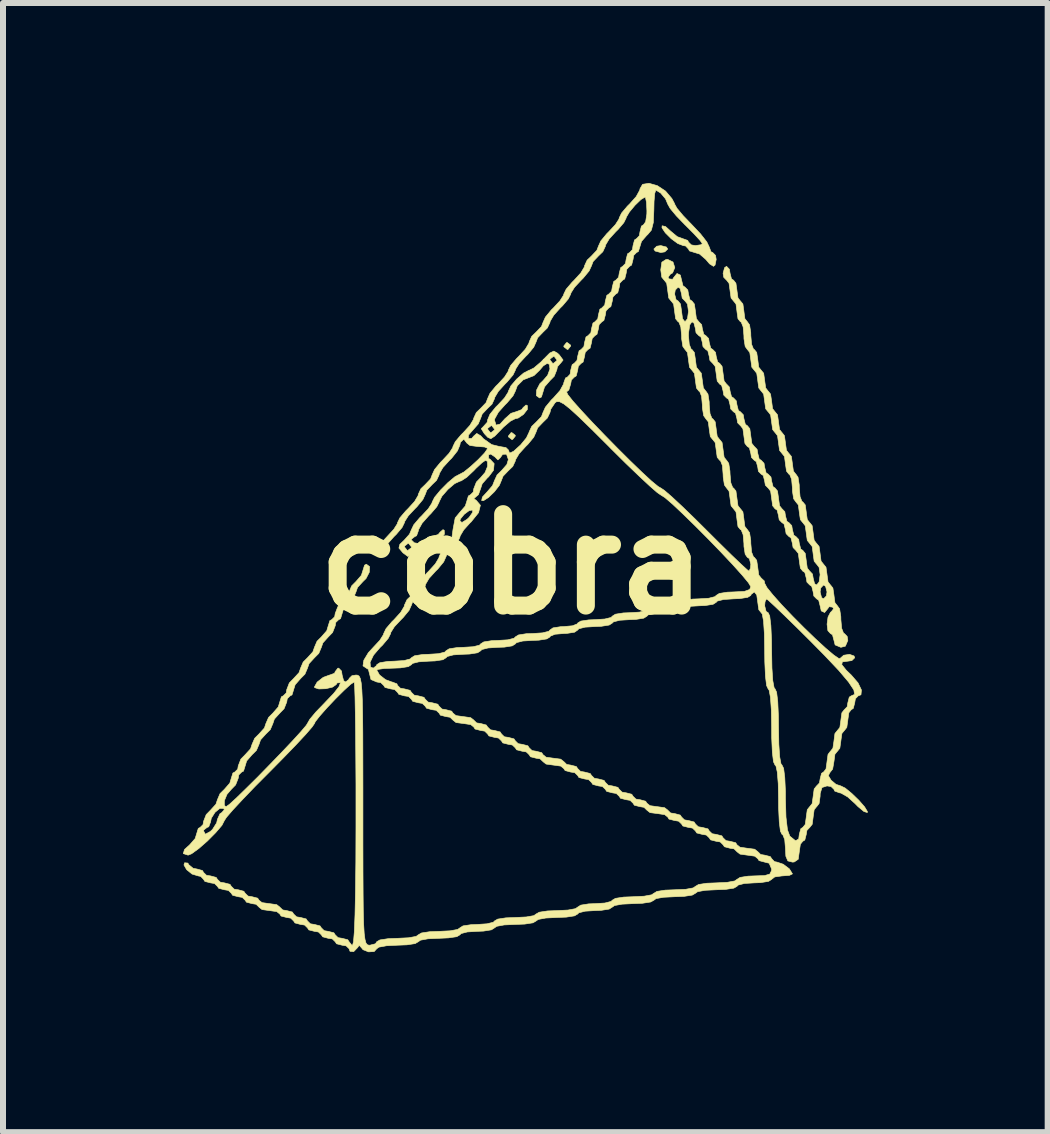
<source format=kicad_pcb>
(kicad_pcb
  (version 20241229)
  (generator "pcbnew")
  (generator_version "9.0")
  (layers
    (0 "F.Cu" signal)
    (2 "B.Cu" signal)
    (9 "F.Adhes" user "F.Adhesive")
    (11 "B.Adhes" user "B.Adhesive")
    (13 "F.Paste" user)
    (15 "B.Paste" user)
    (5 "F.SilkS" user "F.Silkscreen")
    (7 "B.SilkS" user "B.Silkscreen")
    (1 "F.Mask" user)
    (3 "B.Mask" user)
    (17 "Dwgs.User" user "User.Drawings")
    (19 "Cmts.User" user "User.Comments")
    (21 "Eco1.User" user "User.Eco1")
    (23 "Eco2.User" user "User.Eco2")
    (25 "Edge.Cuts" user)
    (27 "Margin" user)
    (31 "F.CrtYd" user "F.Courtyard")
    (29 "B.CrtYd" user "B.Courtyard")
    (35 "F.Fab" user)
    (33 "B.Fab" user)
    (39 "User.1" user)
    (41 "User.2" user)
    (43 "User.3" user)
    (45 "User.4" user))
  (footprint "cobra"
    (layer "F.Cu")
    (at 5.481 6.354)
    (property "Reference" "cobra" (at 0 0 0) (layer "F.SilkS") (effects (font (size 1.524 1.524) (thickness 0.3))))
    (attr through_hole)
    (fp_poly (pts (xy 0.056 -2.15) (xy 0.058 -2.136) (xy 0.014 -2.08) (xy 0 -2.078) (xy -0.056 -2.122) (xy -0.058 -2.136) (xy -0.014 -2.192) (xy 0 -2.194) (xy 0.056 -2.15)) (stroke (width 0.01) (type solid)) (fill yes) (layer "F.SilkS"))
    (fp_poly (pts (xy 0.98 -3.651) (xy 0.981 -3.637) (xy 0.937 -3.581) (xy 0.924 -3.579) (xy 0.868 -3.623) (xy 0.866 -3.637) (xy 0.91 -3.693) (xy 0.924 -3.695) (xy 0.98 -3.651)) (stroke (width 0.01) (type solid)) (fill yes) (layer "F.SilkS"))
    (fp_poly (pts (xy 2.576 -5.287) (xy 2.598 -5.253) (xy 2.549 -5.206) (xy 2.482 -5.195) (xy 2.388 -5.22) (xy 2.367 -5.253) (xy 2.415 -5.3) (xy 2.482 -5.311) (xy 2.576 -5.287)) (stroke (width 0.01) (type solid)) (fill yes) (layer "F.SilkS"))
    (fp_poly (pts (xy 0.762 -3.517) (xy 0.792 -3.488) (xy 0.854 -3.403) (xy 0.822 -3.362) (xy 0.76 -3.292) (xy 0.75 -3.241) (xy 0.707 -3.133) (xy 0.635 -3.06) (xy 0.545 -2.956) (xy 0.52 -2.874) (xy 0.493 -2.787) (xy 0.462 -2.771) (xy 0.408 -2.811) (xy 0.413 -2.904) (xy 0.467 -3.009) (xy 0.52 -3.06) (xy 0.596 -3.148) (xy 0.635 -3.253) (xy 0.625 -3.331) (xy 0.59 -3.348) (xy 0.525 -3.307) (xy 0.462 -3.233) (xy 0.368 -3.143) (xy 0.301 -3.117) (xy 0.189 -3.073) (xy 0.091 -2.974) (xy 0.058 -2.885) (xy 0.019 -2.806) (xy -0.079 -2.691) (xy -0.115 -2.655) (xy -0.225 -2.532) (xy -0.285 -2.423) (xy -0.289 -2.401) (xy -0.263 -2.319) (xy -0.195 -2.336) (xy -0.115 -2.425) (xy -0.014 -2.515) (xy 0.066 -2.54) (xy 0.164 -2.577) (xy 0.189 -2.612) (xy 0.237 -2.654) (xy 0.259 -2.644) (xy 0.259 -2.58) (xy 0.195 -2.498) (xy 0.105 -2.436) (xy 0.056 -2.425) (xy -0.023 -2.385) (xy -0.137 -2.288) (xy -0.173 -2.251) (xy -0.285 -2.135) (xy -0.35 -2.092) (xy -0.401 -2.115) (xy -0.459 -2.177) (xy -0.505 -2.251) (xy -0.404 -2.251) (xy -0.36 -2.195) (xy -0.346 -2.194) (xy -0.29 -2.238) (xy -0.289 -2.251) (xy -0.333 -2.307) (xy -0.346 -2.309) (xy -0.402 -2.265) (xy -0.404 -2.251) (xy -0.505 -2.251) (xy -0.509 -2.259) (xy -0.474 -2.295) (xy -0.411 -2.365) (xy -0.404 -2.406) (xy -0.365 -2.499) (xy -0.266 -2.621) (xy -0.231 -2.655) (xy -0.122 -2.772) (xy -0.062 -2.866) (xy -0.058 -2.883) (xy -0.016 -2.972) (xy 0.081 -3.086) (xy 0.196 -3.186) (xy 0.287 -3.233) (xy 0.292 -3.233) (xy 0.369 -3.272) (xy 0.484 -3.37) (xy 0.519 -3.406) (xy 0.635 -3.406) (xy 0.679 -3.35) (xy 0.693 -3.348) (xy 0.749 -3.392) (xy 0.75 -3.406) (xy 0.707 -3.462) (xy 0.693 -3.464) (xy 0.637 -3.42) (xy 0.635 -3.406) (xy 0.519 -3.406) (xy 0.524 -3.411) (xy 0.632 -3.52) (xy 0.7 -3.552) (xy 0.762 -3.517)) (stroke (width 0.01) (type solid)) (fill yes) (layer "F.SilkS"))
    (fp_poly (pts (xy 2.424 -6.31) (xy 2.559 -6.221) (xy 2.571 -6.208) (xy 2.667 -6.095) (xy 2.713 -6.009) (xy 2.713 -6.003) (xy 2.752 -5.933) (xy 2.854 -5.811) (xy 2.997 -5.662) (xy 3.002 -5.657) (xy 3.146 -5.504) (xy 3.25 -5.371) (xy 3.29 -5.287) (xy 3.29 -5.286) (xy 3.32 -5.207) (xy 3.348 -5.195) (xy 3.395 -5.147) (xy 3.406 -5.08) (xy 3.387 -4.986) (xy 3.361 -4.965) (xy 3.296 -5.006) (xy 3.233 -5.08) (xy 3.129 -5.17) (xy 3.047 -5.195) (xy 2.96 -5.222) (xy 2.944 -5.253) (xy 2.897 -5.304) (xy 2.855 -5.311) (xy 2.766 -5.345) (xy 2.656 -5.426) (xy 2.558 -5.524) (xy 2.502 -5.608) (xy 2.505 -5.641) (xy 2.562 -5.628) (xy 2.647 -5.551) (xy 2.758 -5.459) (xy 2.85 -5.426) (xy 2.931 -5.397) (xy 2.944 -5.369) (xy 2.992 -5.322) (xy 3.06 -5.311) (xy 3.153 -5.325) (xy 3.175 -5.344) (xy 3.137 -5.397) (xy 3.036 -5.507) (xy 2.894 -5.65) (xy 2.886 -5.657) (xy 2.742 -5.806) (xy 2.639 -5.93) (xy 2.598 -6.003) (xy 2.598 -6.004) (xy 2.561 -6.091) (xy 2.481 -6.186) (xy 2.404 -6.234) (xy 2.4 -6.235) (xy 2.382 -6.182) (xy 2.37 -6.047) (xy 2.367 -5.901) (xy 2.358 -5.695) (xy 2.326 -5.569) (xy 2.261 -5.491) (xy 2.251 -5.484) (xy 2.161 -5.38) (xy 2.136 -5.298) (xy 2.109 -5.212) (xy 2.078 -5.195) (xy 2.031 -5.147) (xy 2.02 -5.08) (xy 1.996 -4.986) (xy 1.963 -4.965) (xy 1.916 -4.916) (xy 1.905 -4.849) (xy 1.881 -4.755) (xy 1.847 -4.734) (xy 1.8 -4.685) (xy 1.79 -4.618) (xy 1.765 -4.524) (xy 1.732 -4.503) (xy 1.685 -4.454) (xy 1.674 -4.387) (xy 1.65 -4.293) (xy 1.616 -4.272) (xy 1.569 -4.223) (xy 1.559 -4.156) (xy 1.534 -4.063) (xy 1.501 -4.041) (xy 1.454 -3.993) (xy 1.443 -3.925) (xy 1.419 -3.832) (xy 1.385 -3.81) (xy 1.339 -3.762) (xy 1.328 -3.695) (xy 1.304 -3.601) (xy 1.27 -3.579) (xy 1.223 -3.531) (xy 1.212 -3.464) (xy 1.188 -3.37) (xy 1.155 -3.348) (xy 1.108 -3.3) (xy 1.097 -3.233) (xy 1.073 -3.139) (xy 1.039 -3.117) (xy 0.992 -3.069) (xy 0.981 -3.007) (xy 0.95 -2.904) (xy 0.912 -2.873) (xy 0.931 -2.829) (xy 1.018 -2.719) (xy 1.16 -2.56) (xy 1.341 -2.365) (xy 1.547 -2.151) (xy 1.763 -1.931) (xy 1.975 -1.72) (xy 2.168 -1.534) (xy 2.327 -1.387) (xy 2.439 -1.295) (xy 2.483 -1.27) (xy 2.542 -1.231) (xy 2.667 -1.123) (xy 2.843 -0.959) (xy 3.056 -0.753) (xy 3.233 -0.577) (xy 3.462 -0.349) (xy 3.662 -0.152) (xy 3.82 -0.001) (xy 3.922 0.092) (xy 3.953 0.115) (xy 3.977 0.067) (xy 3.983 0) (xy 3.959 -0.094) (xy 3.925 -0.115) (xy 3.889 -0.167) (xy 3.869 -0.295) (xy 3.868 -0.346) (xy 3.855 -0.491) (xy 3.823 -0.571) (xy 3.81 -0.577) (xy 3.769 -0.627) (xy 3.752 -0.748) (xy 3.752 -0.75) (xy 3.736 -0.872) (xy 3.695 -0.924) (xy 3.695 -0.924) (xy 3.654 -0.974) (xy 3.637 -1.095) (xy 3.637 -1.097) (xy 3.62 -1.218) (xy 3.58 -1.27) (xy 3.579 -1.27) (xy 3.543 -1.321) (xy 3.523 -1.449) (xy 3.521 -1.501) (xy 3.509 -1.646) (xy 3.477 -1.726) (xy 3.464 -1.732) (xy 3.423 -1.782) (xy 3.406 -1.903) (xy 3.406 -1.905) (xy 3.389 -2.027) (xy 3.349 -2.078) (xy 3.348 -2.078) (xy 3.308 -2.128) (xy 3.29 -2.249) (xy 3.29 -2.251) (xy 3.274 -2.373) (xy 3.233 -2.425) (xy 3.233 -2.425) (xy 3.197 -2.476) (xy 3.176 -2.604) (xy 3.175 -2.655) (xy 3.162 -2.8) (xy 3.13 -2.88) (xy 3.117 -2.886) (xy 3.077 -2.937) (xy 3.06 -3.057) (xy 3.06 -3.06) (xy 3.043 -3.181) (xy 3.003 -3.233) (xy 3.002 -3.233) (xy 2.961 -3.283) (xy 2.944 -3.404) (xy 2.944 -3.406) (xy 2.927 -3.528) (xy 2.887 -3.579) (xy 2.886 -3.579) (xy 2.85 -3.63) (xy 2.83 -3.758) (xy 2.829 -3.81) (xy 2.816 -3.955) (xy 2.784 -4.035) (xy 2.771 -4.041) (xy 2.73 -4.091) (xy 2.713 -4.212) (xy 2.713 -4.214) (xy 2.696 -4.336) (xy 2.656 -4.387) (xy 2.655 -4.387) (xy 2.615 -4.437) (xy 2.606 -4.503) (xy 2.713 -4.503) (xy 2.737 -4.409) (xy 2.771 -4.387) (xy 2.811 -4.337) (xy 2.829 -4.216) (xy 2.829 -4.214) (xy 2.845 -4.092) (xy 2.886 -4.041) (xy 2.886 -4.041) (xy 2.927 -4.091) (xy 2.944 -4.212) (xy 2.944 -4.214) (xy 2.927 -4.336) (xy 2.887 -4.387) (xy 2.886 -4.387) (xy 2.839 -4.436) (xy 2.829 -4.503) (xy 2.804 -4.597) (xy 2.771 -4.618) (xy 2.724 -4.57) (xy 2.713 -4.503) (xy 2.606 -4.503) (xy 2.598 -4.558) (xy 2.598 -4.56) (xy 2.581 -4.682) (xy 2.541 -4.734) (xy 2.54 -4.734) (xy 2.499 -4.784) (xy 2.482 -4.905) (xy 2.482 -4.907) (xy 2.5 -5.034) (xy 2.568 -5.078) (xy 2.598 -5.08) (xy 2.686 -5.037) (xy 2.716 -4.944) (xy 2.679 -4.855) (xy 2.641 -4.833) (xy 2.604 -4.782) (xy 2.62 -4.756) (xy 2.68 -4.749) (xy 2.697 -4.777) (xy 2.753 -4.846) (xy 2.809 -4.819) (xy 2.829 -4.734) (xy 2.853 -4.64) (xy 2.886 -4.618) (xy 2.933 -4.57) (xy 2.944 -4.503) (xy 2.968 -4.409) (xy 3.002 -4.387) (xy 3.042 -4.337) (xy 3.06 -4.216) (xy 3.06 -4.214) (xy 3.076 -4.092) (xy 3.117 -4.041) (xy 3.117 -4.041) (xy 3.164 -3.993) (xy 3.175 -3.925) (xy 3.199 -3.832) (xy 3.233 -3.81) (xy 3.28 -3.762) (xy 3.29 -3.695) (xy 3.315 -3.601) (xy 3.348 -3.579) (xy 3.395 -3.531) (xy 3.406 -3.464) (xy 3.43 -3.37) (xy 3.464 -3.348) (xy 3.504 -3.298) (xy 3.521 -3.177) (xy 3.521 -3.175) (xy 3.538 -3.053) (xy 3.578 -3.002) (xy 3.579 -3.002) (xy 3.626 -2.953) (xy 3.637 -2.886) (xy 3.661 -2.793) (xy 3.695 -2.771) (xy 3.741 -2.723) (xy 3.752 -2.655) (xy 3.776 -2.562) (xy 3.81 -2.54) (xy 3.857 -2.492) (xy 3.868 -2.425) (xy 3.892 -2.331) (xy 3.925 -2.309) (xy 3.966 -2.259) (xy 3.983 -2.138) (xy 3.983 -2.136) (xy 4 -2.014) (xy 4.04 -1.963) (xy 4.041 -1.963) (xy 4.088 -1.914) (xy 4.099 -1.847) (xy 4.123 -1.753) (xy 4.156 -1.732) (xy 4.203 -1.683) (xy 4.214 -1.616) (xy 4.238 -1.523) (xy 4.272 -1.501) (xy 4.319 -1.453) (xy 4.33 -1.385) (xy 4.354 -1.292) (xy 4.387 -1.27) (xy 4.428 -1.22) (xy 4.445 -1.099) (xy 4.445 -1.097) (xy 4.462 -0.975) (xy 4.502 -0.924) (xy 4.503 -0.924) (xy 4.55 -0.875) (xy 4.56 -0.808) (xy 4.585 -0.714) (xy 4.618 -0.693) (xy 4.665 -0.644) (xy 4.676 -0.577) (xy 4.7 -0.483) (xy 4.734 -0.462) (xy 4.781 -0.413) (xy 4.791 -0.346) (xy 4.816 -0.253) (xy 4.849 -0.231) (xy 4.89 -0.181) (xy 4.907 -0.06) (xy 4.907 -0.058) (xy 4.924 0.064) (xy 4.964 0.115) (xy 4.965 0.115) (xy 5.011 0.164) (xy 5.022 0.231) (xy 5.046 0.325) (xy 5.08 0.346) (xy 5.121 0.296) (xy 5.138 0.175) (xy 5.138 0.173) (xy 5.121 0.052) (xy 5.081 0.000013) (xy 5.08 0) (xy 5.039 -0.05) (xy 5.022 -0.171) (xy 5.022 -0.173) (xy 5.006 -0.295) (xy 4.965 -0.346) (xy 4.965 -0.346) (xy 4.924 -0.397) (xy 4.907 -0.517) (xy 4.907 -0.52) (xy 4.89 -0.641) (xy 4.85 -0.693) (xy 4.849 -0.693) (xy 4.809 -0.743) (xy 4.791 -0.864) (xy 4.791 -0.866) (xy 4.775 -0.988) (xy 4.734 -1.039) (xy 4.734 -1.039) (xy 4.697 -1.09) (xy 4.677 -1.218) (xy 4.676 -1.27) (xy 4.663 -1.415) (xy 4.631 -1.495) (xy 4.618 -1.501) (xy 4.578 -1.551) (xy 4.56 -1.672) (xy 4.56 -1.674) (xy 4.544 -1.796) (xy 4.503 -1.847) (xy 4.503 -1.847) (xy 4.462 -1.897) (xy 4.445 -2.018) (xy 4.445 -2.02) (xy 4.428 -2.142) (xy 4.388 -2.194) (xy 4.387 -2.194) (xy 4.347 -2.244) (xy 4.33 -2.365) (xy 4.33 -2.367) (xy 4.313 -2.488) (xy 4.273 -2.54) (xy 4.272 -2.54) (xy 4.231 -2.59) (xy 4.214 -2.711) (xy 4.214 -2.713) (xy 4.197 -2.835) (xy 4.157 -2.886) (xy 4.156 -2.886) (xy 4.116 -2.937) (xy 4.099 -3.057) (xy 4.099 -3.06) (xy 4.082 -3.181) (xy 4.042 -3.233) (xy 4.041 -3.233) (xy 4 -3.283) (xy 3.983 -3.404) (xy 3.983 -3.406) (xy 3.966 -3.528) (xy 3.926 -3.579) (xy 3.925 -3.579) (xy 3.889 -3.63) (xy 3.869 -3.758) (xy 3.868 -3.81) (xy 3.855 -3.955) (xy 3.823 -4.035) (xy 3.81 -4.041) (xy 3.769 -4.091) (xy 3.752 -4.212) (xy 3.752 -4.214) (xy 3.736 -4.336) (xy 3.695 -4.387) (xy 3.695 -4.387) (xy 3.654 -4.437) (xy 3.637 -4.558) (xy 3.637 -4.56) (xy 3.62 -4.682) (xy 3.58 -4.734) (xy 3.579 -4.734) (xy 3.532 -4.782) (xy 3.521 -4.849) (xy 3.546 -4.943) (xy 3.579 -4.965) (xy 3.626 -4.916) (xy 3.637 -4.849) (xy 3.661 -4.755) (xy 3.695 -4.734) (xy 3.735 -4.683) (xy 3.752 -4.563) (xy 3.752 -4.56) (xy 3.769 -4.439) (xy 3.809 -4.387) (xy 3.81 -4.387) (xy 3.851 -4.337) (xy 3.868 -4.216) (xy 3.868 -4.214) (xy 3.884 -4.092) (xy 3.925 -4.041) (xy 3.925 -4.041) (xy 3.962 -3.99) (xy 3.982 -3.862) (xy 3.983 -3.81) (xy 3.996 -3.665) (xy 4.028 -3.585) (xy 4.041 -3.579) (xy 4.081 -3.529) (xy 4.099 -3.408) (xy 4.099 -3.406) (xy 4.115 -3.284) (xy 4.156 -3.233) (xy 4.156 -3.233) (xy 4.197 -3.183) (xy 4.214 -3.062) (xy 4.214 -3.06) (xy 4.231 -2.938) (xy 4.271 -2.886) (xy 4.272 -2.886) (xy 4.312 -2.836) (xy 4.33 -2.715) (xy 4.33 -2.713) (xy 4.346 -2.592) (xy 4.387 -2.54) (xy 4.387 -2.54) (xy 4.428 -2.49) (xy 4.445 -2.369) (xy 4.445 -2.367) (xy 4.462 -2.245) (xy 4.502 -2.194) (xy 4.503 -2.194) (xy 4.543 -2.143) (xy 4.56 -2.023) (xy 4.56 -2.02) (xy 4.577 -1.899) (xy 4.617 -1.847) (xy 4.618 -1.847) (xy 4.659 -1.797) (xy 4.676 -1.676) (xy 4.676 -1.674) (xy 4.693 -1.552) (xy 4.733 -1.501) (xy 4.734 -1.501) (xy 4.77 -1.45) (xy 4.79 -1.322) (xy 4.791 -1.27) (xy 4.804 -1.125) (xy 4.836 -1.045) (xy 4.849 -1.039) (xy 4.89 -0.989) (xy 4.907 -0.868) (xy 4.907 -0.866) (xy 4.924 -0.744) (xy 4.964 -0.693) (xy 4.965 -0.693) (xy 5.005 -0.643) (xy 5.022 -0.522) (xy 5.022 -0.52) (xy 5.039 -0.398) (xy 5.079 -0.346) (xy 5.08 -0.346) (xy 5.121 -0.296) (xy 5.138 -0.175) (xy 5.138 -0.173) (xy 5.154 -0.052) (xy 5.195 -0.000013) (xy 5.195 0) (xy 5.236 0.05) (xy 5.253 0.171) (xy 5.253 0.173) (xy 5.27 0.295) (xy 5.31 0.346) (xy 5.311 0.346) (xy 5.351 0.397) (xy 5.369 0.517) (xy 5.369 0.52) (xy 5.385 0.641) (xy 5.426 0.693) (xy 5.426 0.693) (xy 5.463 0.744) (xy 5.483 0.872) (xy 5.484 0.924) (xy 5.497 1.068) (xy 5.529 1.149) (xy 5.542 1.155) (xy 5.589 1.203) (xy 5.6 1.27) (xy 5.559 1.366) (xy 5.484 1.385) (xy 5.388 1.345) (xy 5.369 1.27) (xy 5.344 1.176) (xy 5.311 1.155) (xy 5.267 1.107) (xy 5.254 0.999) (xy 5.27 0.88) (xy 5.312 0.8) (xy 5.325 0.792) (xy 5.363 0.741) (xy 5.346 0.715) (xy 5.287 0.708) (xy 5.269 0.736) (xy 5.213 0.805) (xy 5.157 0.778) (xy 5.138 0.693) (xy 5.114 0.599) (xy 5.08 0.577) (xy 5.033 0.529) (xy 5.022 0.462) (xy 5.138 0.462) (xy 5.162 0.556) (xy 5.195 0.577) (xy 5.242 0.529) (xy 5.253 0.462) (xy 5.229 0.368) (xy 5.195 0.346) (xy 5.149 0.395) (xy 5.138 0.462) (xy 5.022 0.462) (xy 4.998 0.368) (xy 4.965 0.346) (xy 4.918 0.298) (xy 4.907 0.231) (xy 4.883 0.137) (xy 4.849 0.115) (xy 4.809 0.065) (xy 4.791 -0.056) (xy 4.791 -0.058) (xy 4.775 -0.179) (xy 4.734 -0.231) (xy 4.734 -0.231) (xy 4.687 -0.279) (xy 4.676 -0.346) (xy 4.652 -0.44) (xy 4.618 -0.462) (xy 4.571 -0.51) (xy 4.56 -0.577) (xy 4.536 -0.671) (xy 4.503 -0.693) (xy 4.456 -0.741) (xy 4.445 -0.808) (xy 4.421 -0.902) (xy 4.387 -0.924) (xy 4.347 -0.974) (xy 4.33 -1.095) (xy 4.33 -1.097) (xy 4.313 -1.218) (xy 4.273 -1.27) (xy 4.272 -1.27) (xy 4.225 -1.318) (xy 4.214 -1.385) (xy 4.19 -1.479) (xy 4.156 -1.501) (xy 4.109 -1.549) (xy 4.099 -1.616) (xy 4.074 -1.71) (xy 4.041 -1.732) (xy 3.994 -1.78) (xy 3.983 -1.847) (xy 3.959 -1.941) (xy 3.925 -1.963) (xy 3.885 -2.013) (xy 3.868 -2.134) (xy 3.868 -2.136) (xy 3.851 -2.258) (xy 3.811 -2.309) (xy 3.81 -2.309) (xy 3.763 -2.357) (xy 3.752 -2.425) (xy 3.728 -2.518) (xy 3.695 -2.54) (xy 3.648 -2.588) (xy 3.637 -2.655) (xy 3.613 -2.749) (xy 3.579 -2.771) (xy 3.532 -2.819) (xy 3.521 -2.886) (xy 3.497 -2.98) (xy 3.464 -3.002) (xy 3.423 -3.052) (xy 3.406 -3.173) (xy 3.406 -3.175) (xy 3.389 -3.297) (xy 3.349 -3.348) (xy 3.348 -3.348) (xy 3.301 -3.397) (xy 3.29 -3.464) (xy 3.266 -3.557) (xy 3.233 -3.579) (xy 3.186 -3.627) (xy 3.175 -3.695) (xy 3.151 -3.788) (xy 3.117 -3.81) (xy 3.07 -3.858) (xy 3.06 -3.925) (xy 3.035 -4.019) (xy 3.002 -4.041) (xy 2.966 -3.99) (xy 2.946 -3.862) (xy 2.944 -3.81) (xy 2.957 -3.665) (xy 2.989 -3.585) (xy 3.002 -3.579) (xy 3.042 -3.529) (xy 3.06 -3.408) (xy 3.06 -3.406) (xy 3.076 -3.284) (xy 3.117 -3.233) (xy 3.117 -3.233) (xy 3.158 -3.183) (xy 3.175 -3.062) (xy 3.175 -3.06) (xy 3.192 -2.938) (xy 3.232 -2.886) (xy 3.233 -2.886) (xy 3.269 -2.835) (xy 3.289 -2.707) (xy 3.29 -2.655) (xy 3.303 -2.511) (xy 3.335 -2.43) (xy 3.348 -2.425) (xy 3.389 -2.374) (xy 3.406 -2.254) (xy 3.406 -2.251) (xy 3.423 -2.13) (xy 3.463 -2.078) (xy 3.464 -2.078) (xy 3.504 -2.028) (xy 3.521 -1.907) (xy 3.521 -1.905) (xy 3.538 -1.783) (xy 3.578 -1.732) (xy 3.579 -1.732) (xy 3.615 -1.681) (xy 3.635 -1.553) (xy 3.637 -1.501) (xy 3.65 -1.356) (xy 3.682 -1.276) (xy 3.695 -1.27) (xy 3.735 -1.22) (xy 3.752 -1.099) (xy 3.752 -1.097) (xy 3.769 -0.975) (xy 3.809 -0.924) (xy 3.81 -0.924) (xy 3.851 -0.873) (xy 3.868 -0.753) (xy 3.868 -0.75) (xy 3.884 -0.629) (xy 3.925 -0.577) (xy 3.925 -0.577) (xy 3.962 -0.526) (xy 3.982 -0.398) (xy 3.983 -0.346) (xy 3.996 -0.202) (xy 4.028 -0.121) (xy 4.041 -0.115) (xy 4.081 -0.065) (xy 4.099 0.056) (xy 4.099 0.058) (xy 4.115 0.179) (xy 4.156 0.231) (xy 4.156 0.231) (xy 4.207 0.278) (xy 4.214 0.318) (xy 4.251 0.388) (xy 4.352 0.513) (xy 4.499 0.678) (xy 4.677 0.865) (xy 4.87 1.059) (xy 5.06 1.243) (xy 5.231 1.4) (xy 5.367 1.515) (xy 5.451 1.572) (xy 5.471 1.57) (xy 5.531 1.517) (xy 5.628 1.502) (xy 5.703 1.529) (xy 5.715 1.559) (xy 5.667 1.606) (xy 5.6 1.616) (xy 5.508 1.628) (xy 5.499 1.674) (xy 5.575 1.768) (xy 5.657 1.847) (xy 5.77 1.978) (xy 5.827 2.097) (xy 5.819 2.176) (xy 5.773 2.194) (xy 5.726 2.242) (xy 5.715 2.309) (xy 5.691 2.403) (xy 5.657 2.425) (xy 5.617 2.475) (xy 5.6 2.596) (xy 5.6 2.598) (xy 5.583 2.719) (xy 5.543 2.771) (xy 5.542 2.771) (xy 5.501 2.821) (xy 5.484 2.942) (xy 5.484 2.944) (xy 5.467 3.066) (xy 5.427 3.117) (xy 5.426 3.117) (xy 5.385 3.167) (xy 5.369 3.286) (xy 5.347 3.414) (xy 5.297 3.478) (xy 5.276 3.525) (xy 5.321 3.6) (xy 5.403 3.669) (xy 5.482 3.695) (xy 5.556 3.731) (xy 5.665 3.82) (xy 5.782 3.933) (xy 5.879 4.044) (xy 5.926 4.122) (xy 5.925 4.139) (xy 5.869 4.122) (xy 5.769 4.039) (xy 5.722 3.991) (xy 5.597 3.878) (xy 5.487 3.815) (xy 5.461 3.81) (xy 5.381 3.781) (xy 5.369 3.752) (xy 5.32 3.705) (xy 5.253 3.695) (xy 5.169 3.722) (xy 5.139 3.823) (xy 5.138 3.868) (xy 5.121 3.989) (xy 5.081 4.041) (xy 5.08 4.041) (xy 5.039 4.091) (xy 5.022 4.212) (xy 5.022 4.214) (xy 5.006 4.336) (xy 4.965 4.387) (xy 4.965 4.387) (xy 4.918 4.436) (xy 4.907 4.503) (xy 4.883 4.597) (xy 4.849 4.618) (xy 4.809 4.668) (xy 4.791 4.789) (xy 4.791 4.791) (xy 4.773 4.918) (xy 4.706 4.963) (xy 4.676 4.965) (xy 4.6 4.945) (xy 4.567 4.867) (xy 4.56 4.734) (xy 4.548 4.589) (xy 4.516 4.509) (xy 4.503 4.503) (xy 4.476 4.448) (xy 4.457 4.294) (xy 4.446 4.059) (xy 4.445 3.925) (xy 4.44 3.657) (xy 4.424 3.463) (xy 4.401 3.36) (xy 4.387 3.348) (xy 4.361 3.293) (xy 4.342 3.137) (xy 4.331 2.896) (xy 4.33 2.713) (xy 4.325 2.427) (xy 4.31 2.217) (xy 4.288 2.099) (xy 4.272 2.078) (xy 4.246 2.023) (xy 4.227 1.867) (xy 4.216 1.626) (xy 4.214 1.443) (xy 4.209 1.157) (xy 4.195 0.947) (xy 4.173 0.829) (xy 4.156 0.808) (xy 4.116 0.758) (xy 4.107 0.693) (xy 4.214 0.693) (xy 4.238 0.787) (xy 4.272 0.808) (xy 4.298 0.863) (xy 4.317 1.019) (xy 4.328 1.261) (xy 4.33 1.443) (xy 4.335 1.73) (xy 4.349 1.939) (xy 4.371 2.057) (xy 4.387 2.078) (xy 4.413 2.133) (xy 4.432 2.289) (xy 4.443 2.531) (xy 4.445 2.713) (xy 4.45 3) (xy 4.464 3.209) (xy 4.486 3.327) (xy 4.503 3.348) (xy 4.53 3.403) (xy 4.549 3.555) (xy 4.56 3.788) (xy 4.56 3.899) (xy 4.569 4.214) (xy 4.594 4.428) (xy 4.633 4.532) (xy 4.728 4.609) (xy 4.781 4.58) (xy 4.791 4.503) (xy 4.816 4.409) (xy 4.849 4.387) (xy 4.89 4.337) (xy 4.907 4.216) (xy 4.907 4.214) (xy 4.924 4.092) (xy 4.964 4.041) (xy 4.965 4.041) (xy 5.005 3.991) (xy 5.022 3.87) (xy 5.022 3.868) (xy 5.039 3.746) (xy 5.079 3.695) (xy 5.08 3.695) (xy 5.127 3.646) (xy 5.138 3.579) (xy 5.162 3.485) (xy 5.195 3.464) (xy 5.236 3.413) (xy 5.253 3.293) (xy 5.253 3.29) (xy 5.27 3.169) (xy 5.31 3.117) (xy 5.311 3.117) (xy 5.351 3.067) (xy 5.369 2.946) (xy 5.369 2.944) (xy 5.385 2.822) (xy 5.426 2.771) (xy 5.426 2.771) (xy 5.467 2.721) (xy 5.484 2.6) (xy 5.484 2.598) (xy 5.501 2.476) (xy 5.541 2.425) (xy 5.542 2.425) (xy 5.589 2.376) (xy 5.6 2.309) (xy 5.624 2.215) (xy 5.657 2.194) (xy 5.713 2.17) (xy 5.7 2.095) (xy 5.613 1.964) (xy 5.45 1.771) (xy 5.205 1.512) (xy 4.994 1.298) (xy 4.76 1.065) (xy 4.554 0.864) (xy 4.39 0.707) (xy 4.282 0.607) (xy 4.244 0.577) (xy 4.22 0.626) (xy 4.214 0.693) (xy 4.107 0.693) (xy 4.099 0.637) (xy 4.099 0.635) (xy 4.082 0.513) (xy 4.042 0.462) (xy 4.041 0.462) (xy 3.985 0.506) (xy 3.983 0.52) (xy 3.931 0.552) (xy 3.799 0.573) (xy 3.695 0.577) (xy 3.53 0.588) (xy 3.425 0.614) (xy 3.406 0.635) (xy 3.354 0.668) (xy 3.221 0.689) (xy 3.117 0.693) (xy 2.953 0.703) (xy 2.848 0.73) (xy 2.829 0.75) (xy 2.777 0.783) (xy 2.644 0.804) (xy 2.54 0.808) (xy 2.375 0.819) (xy 2.271 0.845) (xy 2.251 0.866) (xy 2.199 0.899) (xy 2.067 0.92) (xy 1.963 0.924) (xy 1.798 0.934) (xy 1.694 0.961) (xy 1.674 0.981) (xy 1.622 1.014) (xy 1.489 1.035) (xy 1.385 1.039) (xy 1.221 1.049) (xy 1.116 1.076) (xy 1.097 1.097) (xy 1.046 1.133) (xy 0.918 1.153) (xy 0.866 1.155) (xy 0.721 1.167) (xy 0.641 1.199) (xy 0.635 1.212) (xy 0.583 1.245) (xy 0.45 1.266) (xy 0.346 1.27) (xy 0.182 1.28) (xy 0.077 1.307) (xy 0.058 1.328) (xy 0.006 1.361) (xy -0.127 1.382) (xy -0.231 1.385) (xy -0.396 1.396) (xy -0.5 1.422) (xy -0.52 1.443) (xy -0.571 1.476) (xy -0.704 1.497) (xy -0.808 1.501) (xy -0.973 1.511) (xy -1.077 1.538) (xy -1.097 1.559) (xy -1.149 1.592) (xy -1.281 1.612) (xy -1.385 1.616) (xy -1.55 1.627) (xy -1.655 1.653) (xy -1.674 1.674) (xy -1.726 1.707) (xy -1.859 1.728) (xy -1.963 1.732) (xy -2.127 1.738) (xy -2.232 1.753) (xy -2.251 1.765) (xy -2.206 1.845) (xy -2.105 1.924) (xy -2 1.963) (xy -1.996 1.963) (xy -1.916 1.993) (xy -1.905 2.02) (xy -1.857 2.067) (xy -1.79 2.078) (xy -1.696 2.102) (xy -1.674 2.136) (xy -1.626 2.183) (xy -1.559 2.194) (xy -1.465 2.218) (xy -1.443 2.251) (xy -1.395 2.298) (xy -1.328 2.309) (xy -1.234 2.333) (xy -1.212 2.367) (xy -1.164 2.414) (xy -1.097 2.425) (xy -1.003 2.449) (xy -0.981 2.482) (xy -0.931 2.523) (xy -0.81 2.54) (xy -0.808 2.54) (xy -0.687 2.557) (xy -0.635 2.597) (xy -0.635 2.598) (xy -0.587 2.645) (xy -0.52 2.655) (xy -0.426 2.68) (xy -0.404 2.713) (xy -0.356 2.76) (xy -0.289 2.771) (xy -0.195 2.795) (xy -0.173 2.829) (xy -0.125 2.876) (xy -0.058 2.886) (xy 0.036 2.911) (xy 0.058 2.944) (xy 0.106 2.991) (xy 0.173 3.002) (xy 0.267 3.026) (xy 0.289 3.06) (xy 0.337 3.106) (xy 0.404 3.117) (xy 0.498 3.141) (xy 0.52 3.175) (xy 0.57 3.216) (xy 0.691 3.233) (xy 0.693 3.233) (xy 0.814 3.249) (xy 0.866 3.29) (xy 0.866 3.29) (xy 0.914 3.337) (xy 0.981 3.348) (xy 1.075 3.372) (xy 1.097 3.406) (xy 1.145 3.453) (xy 1.212 3.464) (xy 1.306 3.488) (xy 1.328 3.521) (xy 1.376 3.568) (xy 1.443 3.579) (xy 1.537 3.603) (xy 1.559 3.637) (xy 1.607 3.684) (xy 1.674 3.695) (xy 1.768 3.719) (xy 1.79 3.752) (xy 1.838 3.799) (xy 1.905 3.81) (xy 1.999 3.834) (xy 2.02 3.868) (xy 2.069 3.915) (xy 2.136 3.925) (xy 2.23 3.95) (xy 2.251 3.983) (xy 2.302 4.024) (xy 2.422 4.041) (xy 2.425 4.041) (xy 2.546 4.058) (xy 2.598 4.098) (xy 2.598 4.099) (xy 2.646 4.146) (xy 2.713 4.156) (xy 2.807 4.181) (xy 2.829 4.214) (xy 2.877 4.261) (xy 2.944 4.272) (xy 3.038 4.296) (xy 3.06 4.33) (xy 3.108 4.376) (xy 3.175 4.387) (xy 3.269 4.411) (xy 3.29 4.445) (xy 3.339 4.492) (xy 3.406 4.503) (xy 3.5 4.527) (xy 3.521 4.56) (xy 3.57 4.607) (xy 3.637 4.618) (xy 3.731 4.642) (xy 3.752 4.676) (xy 3.802 4.716) (xy 3.923 4.734) (xy 3.925 4.734) (xy 4.047 4.75) (xy 4.099 4.791) (xy 4.099 4.791) (xy 4.147 4.838) (xy 4.214 4.849) (xy 4.308 4.873) (xy 4.33 4.907) (xy 4.377 4.957) (xy 4.42 4.965) (xy 4.523 5) (xy 4.626 5.078) (xy 4.676 5.159) (xy 4.676 5.162) (xy 4.626 5.186) (xy 4.505 5.195) (xy 4.503 5.195) (xy 4.381 5.212) (xy 4.33 5.252) (xy 4.33 5.253) (xy 4.278 5.286) (xy 4.145 5.307) (xy 4.041 5.311) (xy 3.876 5.321) (xy 3.772 5.348) (xy 3.752 5.369) (xy 3.7 5.399) (xy 3.562 5.42) (xy 3.406 5.426) (xy 3.221 5.435) (xy 3.096 5.458) (xy 3.06 5.484) (xy 3.007 5.515) (xy 2.87 5.536) (xy 2.713 5.542) (xy 2.529 5.551) (xy 2.404 5.573) (xy 2.367 5.6) (xy 2.314 5.63) (xy 2.177 5.651) (xy 2.02 5.657) (xy 1.836 5.666) (xy 1.711 5.689) (xy 1.674 5.715) (xy 1.622 5.748) (xy 1.489 5.769) (xy 1.385 5.773) (xy 1.221 5.783) (xy 1.116 5.81) (xy 1.097 5.83) (xy 1.044 5.861) (xy 0.907 5.882) (xy 0.75 5.888) (xy 0.566 5.897) (xy 0.441 5.92) (xy 0.404 5.946) (xy 0.352 5.977) (xy 0.214 5.998) (xy 0.058 6.004) (xy -0.127 6.012) (xy -0.252 6.035) (xy -0.289 6.061) (xy -0.341 6.094) (xy -0.473 6.115) (xy -0.577 6.119) (xy -0.742 6.129) (xy -0.846 6.156) (xy -0.866 6.177) (xy -0.918 6.208) (xy -1.056 6.228) (xy -1.212 6.235) (xy -1.397 6.243) (xy -1.522 6.266) (xy -1.559 6.292) (xy -1.611 6.323) (xy -1.749 6.344) (xy -1.905 6.35) (xy -2.089 6.359) (xy -2.215 6.382) (xy -2.251 6.408) (xy -2.295 6.456) (xy -2.389 6.461) (xy -2.48 6.425) (xy -2.506 6.393) (xy -2.544 6.351) (xy -2.574 6.393) (xy -2.636 6.457) (xy -2.697 6.452) (xy -2.713 6.408) (xy -2.762 6.361) (xy -2.829 6.35) (xy -2.922 6.326) (xy -2.944 6.292) (xy -2.992 6.245) (xy -3.06 6.235) (xy -3.153 6.21) (xy -3.175 6.177) (xy -3.223 6.13) (xy -3.29 6.119) (xy -3.384 6.095) (xy -3.406 6.061) (xy -3.454 6.014) (xy -3.521 6.004) (xy -3.615 5.979) (xy -3.637 5.946) (xy -3.685 5.899) (xy -3.752 5.888) (xy -3.846 5.864) (xy -3.868 5.83) (xy -3.918 5.79) (xy -4.039 5.773) (xy -4.041 5.773) (xy -4.163 5.756) (xy -4.214 5.716) (xy -4.214 5.715) (xy -4.262 5.668) (xy -4.33 5.657) (xy -4.423 5.633) (xy -4.445 5.6) (xy -4.493 5.553) (xy -4.56 5.542) (xy -4.654 5.518) (xy -4.676 5.484) (xy -4.724 5.437) (xy -4.791 5.426) (xy -4.885 5.402) (xy -4.907 5.369) (xy -4.955 5.322) (xy -5.022 5.311) (xy -5.116 5.287) (xy -5.138 5.253) (xy -5.185 5.203) (xy -5.228 5.195) (xy -5.33 5.164) (xy -5.42 5.091) (xy -5.465 5.013) (xy -5.454 4.976) (xy -5.4 4.981) (xy -5.385 5.008) (xy -5.313 5.068) (xy -5.248 5.08) (xy -5.157 5.105) (xy -5.138 5.138) (xy -5.089 5.185) (xy -5.022 5.195) (xy -4.928 5.22) (xy -4.907 5.253) (xy -4.858 5.3) (xy -4.791 5.311) (xy -4.698 5.335) (xy -4.676 5.369) (xy -4.628 5.416) (xy -4.56 5.426) (xy -4.467 5.451) (xy -4.445 5.484) (xy -4.397 5.531) (xy -4.33 5.542) (xy -4.236 5.566) (xy -4.214 5.6) (xy -4.164 5.64) (xy -4.043 5.657) (xy -4.041 5.657) (xy -3.919 5.674) (xy -3.868 5.714) (xy -3.868 5.715) (xy -3.819 5.762) (xy -3.752 5.773) (xy -3.658 5.797) (xy -3.637 5.83) (xy -3.588 5.877) (xy -3.521 5.888) (xy -3.428 5.912) (xy -3.406 5.946) (xy -3.358 5.993) (xy -3.29 6.004) (xy -3.197 6.028) (xy -3.175 6.061) (xy -3.127 6.108) (xy -3.06 6.119) (xy -2.966 6.143) (xy -2.944 6.177) (xy -2.896 6.224) (xy -2.829 6.235) (xy -2.735 6.259) (xy -2.713 6.292) (xy -2.669 6.348) (xy -2.655 6.35) (xy -2.639 6.293) (xy -2.625 6.123) (xy -2.614 5.843) (xy -2.606 5.456) (xy -2.6 4.964) (xy -2.598 4.371) (xy -2.598 4.156) (xy -2.598 3.666) (xy -2.601 3.214) (xy -2.604 2.812) (xy -2.609 2.474) (xy -2.614 2.212) (xy -2.62 2.037) (xy -2.627 1.964) (xy -2.628 1.963) (xy -2.688 2.002) (xy -2.799 2.104) (xy -2.938 2.242) (xy -3.08 2.392) (xy -3.201 2.529) (xy -3.277 2.626) (xy -3.29 2.656) (xy -3.33 2.714) (xy -3.438 2.839) (xy -3.604 3.017) (xy -3.813 3.233) (xy -4.041 3.464) (xy -4.28 3.704) (xy -4.487 3.92) (xy -4.65 4.095) (xy -4.756 4.218) (xy -4.791 4.272) (xy -4.832 4.352) (xy -4.936 4.474) (xy -5.074 4.613) (xy -5.218 4.739) (xy -5.338 4.826) (xy -5.396 4.849) (xy -5.476 4.823) (xy -5.456 4.755) (xy -5.369 4.676) (xy -5.278 4.572) (xy -5.253 4.49) (xy -5.239 4.445) (xy -5.138 4.445) (xy -5.109 4.5) (xy -5.026 4.455) (xy -4.989 4.42) (xy -4.92 4.311) (xy -4.907 4.252) (xy -4.865 4.159) (xy -4.835 4.14) (xy -4.793 4.092) (xy -4.803 4.071) (xy -4.867 4.069) (xy -4.947 4.135) (xy -5.009 4.233) (xy -5.022 4.297) (xy -5.052 4.376) (xy -5.08 4.387) (xy -5.136 4.431) (xy -5.138 4.445) (xy -5.239 4.445) (xy -5.226 4.403) (xy -5.195 4.387) (xy -5.147 4.34) (xy -5.138 4.285) (xy -5.094 4.173) (xy -5.022 4.099) (xy -4.932 4) (xy -4.907 3.925) (xy -4.864 3.824) (xy -4.791 3.752) (xy -4.701 3.649) (xy -4.676 3.566) (xy -4.649 3.48) (xy -4.618 3.464) (xy -4.569 3.416) (xy -4.56 3.361) (xy -4.517 3.249) (xy -4.445 3.175) (xy -4.355 3.077) (xy -4.33 3.002) (xy -4.286 2.901) (xy -4.214 2.829) (xy -4.124 2.73) (xy -4.099 2.655) (xy -4.055 2.554) (xy -3.983 2.482) (xy -3.893 2.379) (xy -3.868 2.296) (xy -3.841 2.21) (xy -3.81 2.194) (xy -3.761 2.146) (xy -3.752 2.091) (xy -3.709 1.979) (xy -3.637 1.905) (xy -3.547 1.807) (xy -3.521 1.732) (xy -3.478 1.631) (xy -3.406 1.559) (xy -3.316 1.46) (xy -3.29 1.385) (xy -3.247 1.284) (xy -3.175 1.212) (xy -3.085 1.109) (xy -3.06 1.026) (xy -3.033 0.94) (xy -3.002 0.924) (xy -2.953 0.876) (xy -2.944 0.821) (xy -2.901 0.709) (xy -2.829 0.635) (xy -2.739 0.537) (xy -2.713 0.462) (xy -2.67 0.361) (xy -2.598 0.289) (xy -2.508 0.185) (xy -2.482 0.103) (xy -2.455 0.016) (xy -2.425 0) (xy -2.371 0.04) (xy -2.376 0.134) (xy -2.43 0.238) (xy -2.482 0.289) (xy -2.572 0.387) (xy -2.598 0.462) (xy -2.641 0.563) (xy -2.713 0.635) (xy -2.803 0.739) (xy -2.829 0.821) (xy -2.855 0.908) (xy -2.886 0.924) (xy -2.935 0.971) (xy -2.944 1.026) (xy -2.988 1.138) (xy -3.06 1.212) (xy -3.149 1.311) (xy -3.175 1.385) (xy -3.218 1.487) (xy -3.29 1.559) (xy -3.38 1.657) (xy -3.406 1.732) (xy -3.449 1.833) (xy -3.521 1.905) (xy -3.612 2.009) (xy -3.637 2.091) (xy -3.664 2.178) (xy -3.695 2.194) (xy -3.743 2.241) (xy -3.752 2.296) (xy -3.796 2.408) (xy -3.868 2.482) (xy -3.958 2.581) (xy -3.983 2.655) (xy -4.026 2.757) (xy -4.099 2.829) (xy -4.188 2.927) (xy -4.214 3.002) (xy -4.257 3.103) (xy -4.33 3.175) (xy -4.42 3.279) (xy -4.445 3.361) (xy -4.472 3.448) (xy -4.503 3.464) (xy -4.551 3.511) (xy -4.56 3.566) (xy -4.604 3.678) (xy -4.676 3.752) (xy -4.748 3.836) (xy -4.791 3.941) (xy -4.792 4.022) (xy -4.762 4.041) (xy -4.707 4.002) (xy -4.59 3.895) (xy -4.428 3.737) (xy -4.236 3.547) (xy -4.033 3.339) (xy -3.833 3.132) (xy -3.654 2.943) (xy -3.513 2.788) (xy -3.426 2.685) (xy -3.406 2.652) (xy -3.367 2.584) (xy -3.265 2.462) (xy -3.121 2.313) (xy -3.111 2.302) (xy -2.972 2.157) (xy -2.881 2.041) (xy -2.857 1.977) (xy -2.859 1.974) (xy -2.912 1.979) (xy -2.928 2.006) (xy -2.988 2.048) (xy -3.101 2.075) (xy -3.217 2.079) (xy -3.286 2.057) (xy -3.29 2.045) (xy -3.245 1.965) (xy -3.144 1.886) (xy -3.039 1.847) (xy -3.035 1.847) (xy -2.955 1.817) (xy -2.944 1.79) (xy -2.9 1.733) (xy -2.886 1.732) (xy -2.839 1.78) (xy -2.829 1.847) (xy -2.804 1.941) (xy -2.771 1.963) (xy -2.715 1.919) (xy -2.713 1.905) (xy -2.665 1.858) (xy -2.598 1.847) (xy -2.569 1.85) (xy -2.545 1.866) (xy -2.526 1.904) (xy -2.511 1.977) (xy -2.5 2.095) (xy -2.492 2.268) (xy -2.487 2.507) (xy -2.484 2.823) (xy -2.483 3.226) (xy -2.482 3.728) (xy -2.482 4.099) (xy -2.482 4.667) (xy -2.481 5.131) (xy -2.479 5.501) (xy -2.476 5.787) (xy -2.47 6) (xy -2.461 6.152) (xy -2.448 6.251) (xy -2.432 6.311) (xy -2.412 6.34) (xy -2.386 6.349) (xy -2.367 6.35) (xy -2.273 6.326) (xy -2.251 6.292) (xy -2.199 6.262) (xy -2.061 6.241) (xy -1.905 6.235) (xy -1.721 6.226) (xy -1.595 6.203) (xy -1.559 6.177) (xy -1.506 6.146) (xy -1.369 6.125) (xy -1.212 6.119) (xy -1.028 6.11) (xy -0.903 6.087) (xy -0.866 6.061) (xy -0.814 6.028) (xy -0.681 6.008) (xy -0.577 6.004) (xy -0.413 5.993) (xy -0.308 5.967) (xy -0.289 5.946) (xy -0.236 5.915) (xy -0.099 5.894) (xy 0.058 5.888) (xy 0.242 5.879) (xy 0.367 5.857) (xy 0.404 5.83) (xy 0.457 5.8) (xy 0.594 5.779) (xy 0.75 5.773) (xy 0.935 5.764) (xy 1.06 5.741) (xy 1.097 5.715) (xy 1.149 5.682) (xy 1.281 5.661) (xy 1.385 5.657) (xy 1.55 5.647) (xy 1.655 5.62) (xy 1.674 5.6) (xy 1.727 5.569) (xy 1.864 5.548) (xy 2.02 5.542) (xy 2.205 5.533) (xy 2.33 5.51) (xy 2.367 5.484) (xy 2.419 5.453) (xy 2.557 5.432) (xy 2.713 5.426) (xy 2.898 5.418) (xy 3.023 5.395) (xy 3.06 5.369) (xy 3.112 5.338) (xy 3.249 5.317) (xy 3.406 5.311) (xy 3.59 5.302) (xy 3.715 5.279) (xy 3.752 5.253) (xy 3.804 5.22) (xy 3.937 5.199) (xy 4.041 5.195) (xy 4.214 5.189) (xy 4.3 5.164) (xy 4.328 5.107) (xy 4.33 5.08) (xy 4.289 4.984) (xy 4.214 4.965) (xy 4.12 4.94) (xy 4.099 4.907) (xy 4.048 4.866) (xy 3.928 4.849) (xy 3.925 4.849) (xy 3.804 4.832) (xy 3.752 4.792) (xy 3.752 4.791) (xy 3.704 4.744) (xy 3.637 4.734) (xy 3.543 4.709) (xy 3.521 4.676) (xy 3.473 4.629) (xy 3.406 4.618) (xy 3.312 4.594) (xy 3.29 4.56) (xy 3.242 4.514) (xy 3.175 4.503) (xy 3.081 4.479) (xy 3.06 4.445) (xy 3.011 4.398) (xy 2.944 4.387) (xy 2.85 4.363) (xy 2.829 4.33) (xy 2.78 4.283) (xy 2.713 4.272) (xy 2.619 4.248) (xy 2.598 4.214) (xy 2.548 4.174) (xy 2.427 4.156) (xy 2.425 4.156) (xy 2.303 4.14) (xy 2.251 4.099) (xy 2.251 4.099) (xy 2.203 4.052) (xy 2.136 4.041) (xy 2.042 4.017) (xy 2.02 3.983) (xy 1.972 3.936) (xy 1.905 3.925) (xy 1.811 3.901) (xy 1.79 3.868) (xy 1.741 3.821) (xy 1.674 3.81) (xy 1.58 3.786) (xy 1.559 3.752) (xy 1.51 3.705) (xy 1.443 3.695) (xy 1.349 3.67) (xy 1.328 3.637) (xy 1.279 3.59) (xy 1.212 3.579) (xy 1.118 3.555) (xy 1.097 3.521) (xy 1.048 3.474) (xy 0.981 3.464) (xy 0.888 3.439) (xy 0.866 3.406) (xy 0.816 3.365) (xy 0.695 3.348) (xy 0.693 3.348) (xy 0.571 3.331) (xy 0.52 3.291) (xy 0.52 3.29) (xy 0.471 3.244) (xy 0.404 3.233) (xy 0.31 3.209) (xy 0.289 3.175) (xy 0.24 3.128) (xy 0.173 3.117) (xy 0.079 3.093) (xy 0.058 3.06) (xy 0.009 3.013) (xy -0.058 3.002) (xy -0.152 2.978) (xy -0.173 2.944) (xy -0.222 2.897) (xy -0.289 2.886) (xy -0.382 2.862) (xy -0.404 2.829) (xy -0.452 2.782) (xy -0.52 2.771) (xy -0.613 2.747) (xy -0.635 2.713) (xy -0.685 2.673) (xy -0.806 2.655) (xy -0.808 2.655) (xy -0.93 2.639) (xy -0.981 2.598) (xy -0.981 2.598) (xy -1.03 2.551) (xy -1.097 2.54) (xy -1.191 2.516) (xy -1.212 2.482) (xy -1.261 2.435) (xy -1.328 2.425) (xy -1.422 2.4) (xy -1.443 2.367) (xy -1.492 2.32) (xy -1.559 2.309) (xy -1.652 2.285) (xy -1.674 2.251) (xy -1.722 2.204) (xy -1.79 2.194) (xy -1.883 2.169) (xy -1.905 2.136) (xy -1.953 2.089) (xy -2.02 2.078) (xy -2.114 2.054) (xy -2.136 2.02) (xy -2.184 1.974) (xy -2.251 1.963) (xy -2.348 1.922) (xy -2.367 1.847) (xy -2.391 1.753) (xy -2.425 1.732) (xy -2.481 1.694) (xy -2.472 1.635) (xy -2.363 1.635) (xy -2.356 1.714) (xy -2.309 1.732) (xy -2.253 1.688) (xy -2.251 1.674) (xy -2.199 1.641) (xy -2.067 1.62) (xy -1.963 1.616) (xy -1.798 1.606) (xy -1.694 1.579) (xy -1.674 1.559) (xy -1.622 1.526) (xy -1.489 1.505) (xy -1.385 1.501) (xy -1.221 1.491) (xy -1.116 1.464) (xy -1.097 1.443) (xy -1.045 1.41) (xy -0.912 1.389) (xy -0.808 1.385) (xy -0.644 1.375) (xy -0.539 1.349) (xy -0.52 1.328) (xy -0.468 1.295) (xy -0.335 1.274) (xy -0.231 1.27) (xy -0.066 1.26) (xy 0.038 1.233) (xy 0.058 1.212) (xy 0.11 1.179) (xy 0.242 1.158) (xy 0.346 1.155) (xy 0.511 1.144) (xy 0.616 1.118) (xy 0.635 1.097) (xy 0.686 1.061) (xy 0.814 1.041) (xy 0.866 1.039) (xy 1.011 1.026) (xy 1.091 0.994) (xy 1.097 0.981) (xy 1.149 0.948) (xy 1.281 0.928) (xy 1.385 0.924) (xy 1.55 0.913) (xy 1.655 0.887) (xy 1.674 0.866) (xy 1.726 0.833) (xy 1.859 0.812) (xy 1.963 0.808) (xy 2.127 0.798) (xy 2.232 0.771) (xy 2.251 0.75) (xy 2.303 0.718) (xy 2.436 0.697) (xy 2.54 0.693) (xy 2.705 0.682) (xy 2.809 0.656) (xy 2.829 0.635) (xy 2.881 0.602) (xy 3.013 0.581) (xy 3.117 0.577) (xy 3.282 0.567) (xy 3.386 0.54) (xy 3.406 0.52) (xy 3.458 0.487) (xy 3.591 0.466) (xy 3.695 0.462) (xy 3.876 0.453) (xy 3.964 0.421) (xy 3.983 0.375) (xy 3.944 0.309) (xy 3.837 0.18) (xy 3.679 0.004) (xy 3.486 -0.201) (xy 3.273 -0.421) (xy 3.057 -0.638) (xy 2.854 -0.836) (xy 2.68 -1) (xy 2.551 -1.111) (xy 2.483 -1.154) (xy 2.481 -1.155) (xy 2.424 -1.194) (xy 2.299 -1.303) (xy 2.12 -1.47) (xy 1.9 -1.681) (xy 1.653 -1.926) (xy 1.614 -1.966) (xy 1.335 -2.244) (xy 1.125 -2.448) (xy 0.972 -2.588) (xy 0.866 -2.672) (xy 0.795 -2.709) (xy 0.747 -2.71) (xy 0.72 -2.691) (xy 0.65 -2.586) (xy 0.635 -2.528) (xy 0.592 -2.437) (xy 0.52 -2.367) (xy 0.43 -2.273) (xy 0.404 -2.204) (xy 0.365 -2.117) (xy 0.267 -1.998) (xy 0.231 -1.963) (xy 0.121 -1.842) (xy 0.061 -1.741) (xy 0.058 -1.721) (xy 0.015 -1.629) (xy -0.058 -1.559) (xy -0.147 -1.466) (xy -0.173 -1.399) (xy -0.208 -1.315) (xy -0.29 -1.209) (xy -0.389 -1.113) (xy -0.473 -1.059) (xy -0.503 -1.061) (xy -0.491 -1.119) (xy -0.413 -1.204) (xy -0.322 -1.31) (xy -0.289 -1.394) (xy -0.246 -1.488) (xy -0.173 -1.559) (xy -0.083 -1.662) (xy -0.058 -1.745) (xy -0.089 -1.834) (xy -0.153 -1.832) (xy -0.193 -1.775) (xy -0.232 -1.738) (xy -0.281 -1.788) (xy -0.351 -1.836) (xy -0.387 -1.823) (xy -0.388 -1.764) (xy -0.361 -1.748) (xy -0.295 -1.677) (xy -0.306 -1.565) (xy -0.388 -1.456) (xy -0.404 -1.443) (xy -0.494 -1.341) (xy -0.52 -1.262) (xy -0.557 -1.159) (xy -0.592 -1.13) (xy -0.634 -1.093) (xy -0.592 -1.063) (xy -0.524 -0.983) (xy -0.555 -0.859) (xy -0.679 -0.705) (xy -0.693 -0.693) (xy -0.802 -0.572) (xy -0.862 -0.471) (xy -0.866 -0.451) (xy -0.909 -0.359) (xy -0.981 -0.289) (xy -1.071 -0.195) (xy -1.097 -0.126) (xy -1.136 -0.039) (xy -1.234 0.08) (xy -1.27 0.115) (xy -1.38 0.236) (xy -1.439 0.337) (xy -1.443 0.357) (xy -1.486 0.449) (xy -1.559 0.52) (xy -1.648 0.614) (xy -1.674 0.682) (xy -1.713 0.769) (xy -1.811 0.888) (xy -1.847 0.924) (xy -1.957 1.041) (xy -2.017 1.136) (xy -2.02 1.155) (xy -2.06 1.235) (xy -2.157 1.35) (xy -2.194 1.385) (xy -2.306 1.516) (xy -2.363 1.635) (xy -2.472 1.635) (xy -2.467 1.6) (xy -2.391 1.474) (xy -2.309 1.385) (xy -2.2 1.268) (xy -2.14 1.173) (xy -2.136 1.155) (xy -2.097 1.074) (xy -1.999 0.959) (xy -1.963 0.924) (xy -1.853 0.803) (xy -1.793 0.702) (xy -1.79 0.682) (xy -1.747 0.59) (xy -1.674 0.52) (xy -1.585 0.425) (xy -1.559 0.357) (xy -1.519 0.27) (xy -1.421 0.151) (xy -1.385 0.115) (xy -1.276 -0.005) (xy -1.216 -0.106) (xy -1.212 -0.126) (xy -1.169 -0.218) (xy -1.097 -0.289) (xy -1.002 -0.422) (xy -0.981 -0.577) (xy -0.953 -0.726) (xy -0.866 -0.726) (xy -0.833 -0.695) (xy -0.747 -0.748) (xy -0.711 -0.782) (xy -0.653 -0.865) (xy -0.654 -0.904) (xy -0.711 -0.894) (xy -0.794 -0.832) (xy -0.856 -0.756) (xy -0.866 -0.726) (xy -0.953 -0.726) (xy -0.944 -0.772) (xy -0.866 -0.866) (xy -0.776 -0.97) (xy -0.75 -1.052) (xy -0.724 -1.138) (xy -0.693 -1.155) (xy -0.644 -1.202) (xy -0.635 -1.257) (xy -0.591 -1.369) (xy -0.52 -1.443) (xy -0.446 -1.529) (xy -0.404 -1.633) (xy -0.407 -1.713) (xy -0.439 -1.732) (xy -0.496 -1.693) (xy -0.598 -1.598) (xy -0.635 -1.559) (xy -0.752 -1.449) (xy -0.845 -1.389) (xy -0.863 -1.385) (xy -0.952 -1.344) (xy -1.066 -1.247) (xy -1.166 -1.132) (xy -1.212 -1.04) (xy -1.212 -1.036) (xy -1.251 -0.958) (xy -1.349 -0.844) (xy -1.385 -0.808) (xy -1.495 -0.684) (xy -1.555 -0.576) (xy -1.559 -0.554) (xy -1.588 -0.474) (xy -1.616 -0.462) (xy -1.672 -0.418) (xy -1.674 -0.404) (xy -1.626 -0.357) (xy -1.559 -0.346) (xy -1.465 -0.371) (xy -1.443 -0.404) (xy -1.395 -0.452) (xy -1.333 -0.462) (xy -1.228 -0.495) (xy -1.196 -0.534) (xy -1.148 -0.576) (xy -1.127 -0.566) (xy -1.124 -0.501) (xy -1.191 -0.421) (xy -1.289 -0.36) (xy -1.352 -0.346) (xy -1.432 -0.316) (xy -1.443 -0.289) (xy -1.491 -0.241) (xy -1.554 -0.231) (xy -1.657 -0.198) (xy -1.688 -0.159) (xy -1.731 -0.128) (xy -1.815 -0.19) (xy -1.882 -0.27) (xy -1.877 -0.289) (xy -1.79 -0.289) (xy -1.746 -0.233) (xy -1.732 -0.231) (xy -1.676 -0.275) (xy -1.674 -0.289) (xy -1.718 -0.345) (xy -1.732 -0.346) (xy -1.788 -0.302) (xy -1.79 -0.289) (xy -1.877 -0.289) (xy -1.867 -0.331) (xy -1.796 -0.399) (xy -1.706 -0.5) (xy -1.674 -0.575) (xy -1.635 -0.657) (xy -1.537 -0.773) (xy -1.501 -0.808) (xy -1.392 -0.925) (xy -1.332 -1.018) (xy -1.328 -1.035) (xy -1.288 -1.115) (xy -1.19 -1.234) (xy -1.065 -1.36) (xy -0.947 -1.459) (xy -0.867 -1.501) (xy -0.866 -1.501) (xy -0.797 -1.538) (xy -0.684 -1.63) (xy -0.559 -1.745) (xy -0.455 -1.854) (xy -0.405 -1.926) (xy -0.404 -1.932) (xy -0.454 -1.954) (xy -0.575 -1.963) (xy -0.577 -1.963) (xy -0.699 -1.979) (xy -0.75 -2.02) (xy -0.75 -2.02) (xy -0.794 -2.077) (xy -0.808 -2.078) (xy -0.858 -2.031) (xy -0.866 -1.986) (xy -0.906 -1.89) (xy -1.004 -1.766) (xy -1.039 -1.732) (xy -1.149 -1.611) (xy -1.209 -1.51) (xy -1.212 -1.49) (xy -1.255 -1.398) (xy -1.328 -1.328) (xy -1.417 -1.234) (xy -1.443 -1.165) (xy -1.483 -1.078) (xy -1.581 -0.959) (xy -1.616 -0.924) (xy -1.726 -0.806) (xy -1.786 -0.711) (xy -1.79 -0.693) (xy -1.829 -0.613) (xy -1.926 -0.498) (xy -1.963 -0.462) (xy -2.073 -0.338) (xy -2.132 -0.23) (xy -2.136 -0.208) (xy -2.165 -0.127) (xy -2.194 -0.115) (xy -2.25 -0.153) (xy -2.236 -0.248) (xy -2.16 -0.373) (xy -2.078 -0.462) (xy -1.969 -0.58) (xy -1.909 -0.674) (xy -1.905 -0.693) (xy -1.866 -0.773) (xy -1.768 -0.888) (xy -1.732 -0.924) (xy -1.622 -1.044) (xy -1.562 -1.145) (xy -1.559 -1.165) (xy -1.516 -1.258) (xy -1.443 -1.328) (xy -1.354 -1.422) (xy -1.328 -1.49) (xy -1.288 -1.578) (xy -1.19 -1.697) (xy -1.155 -1.732) (xy -1.045 -1.85) (xy -0.985 -1.944) (xy -0.981 -1.963) (xy -0.942 -2.043) (xy -0.899 -2.094) (xy -0.728 -2.094) (xy -0.668 -2.098) (xy -0.635 -2.136) (xy -0.585 -2.18) (xy -0.519 -2.141) (xy -0.473 -2.091) (xy -0.336 -1.994) (xy -0.21 -1.963) (xy -0.098 -1.944) (xy -0.058 -1.905) (xy -0.038 -1.852) (xy 0.029 -1.882) (xy 0.147 -1.989) (xy 0.243 -2.106) (xy 0.288 -2.201) (xy 0.289 -2.207) (xy 0.331 -2.297) (xy 0.404 -2.367) (xy 0.494 -2.461) (xy 0.52 -2.53) (xy 0.559 -2.617) (xy 0.657 -2.736) (xy 0.693 -2.771) (xy 0.803 -2.895) (xy 0.862 -3.003) (xy 0.866 -3.025) (xy 0.895 -3.105) (xy 0.924 -3.117) (xy 0.971 -3.166) (xy 0.981 -3.233) (xy 1.006 -3.327) (xy 1.039 -3.348) (xy 1.086 -3.397) (xy 1.097 -3.464) (xy 1.121 -3.557) (xy 1.155 -3.579) (xy 1.201 -3.627) (xy 1.212 -3.695) (xy 1.236 -3.788) (xy 1.27 -3.81) (xy 1.317 -3.858) (xy 1.328 -3.925) (xy 1.352 -4.019) (xy 1.385 -4.041) (xy 1.432 -4.089) (xy 1.443 -4.156) (xy 1.467 -4.25) (xy 1.501 -4.272) (xy 1.548 -4.32) (xy 1.559 -4.387) (xy 1.583 -4.481) (xy 1.616 -4.503) (xy 1.663 -4.551) (xy 1.674 -4.618) (xy 1.698 -4.712) (xy 1.732 -4.734) (xy 1.779 -4.782) (xy 1.79 -4.849) (xy 1.814 -4.943) (xy 1.847 -4.965) (xy 1.894 -5.013) (xy 1.905 -5.08) (xy 1.929 -5.174) (xy 1.963 -5.195) (xy 2.01 -5.244) (xy 2.02 -5.311) (xy 2.045 -5.405) (xy 2.078 -5.426) (xy 2.125 -5.475) (xy 2.136 -5.542) (xy 2.16 -5.636) (xy 2.194 -5.657) (xy 2.23 -5.708) (xy 2.25 -5.836) (xy 2.251 -5.888) (xy 2.244 -6.033) (xy 2.227 -6.113) (xy 2.22 -6.119) (xy 2.151 -6.078) (xy 2.052 -5.982) (xy 1.959 -5.87) (xy 1.907 -5.782) (xy 1.905 -5.77) (xy 1.866 -5.692) (xy 1.769 -5.578) (xy 1.732 -5.542) (xy 1.622 -5.421) (xy 1.562 -5.32) (xy 1.559 -5.3) (xy 1.516 -5.208) (xy 1.443 -5.138) (xy 1.354 -5.044) (xy 1.328 -4.975) (xy 1.288 -4.888) (xy 1.19 -4.769) (xy 1.155 -4.734) (xy 1.045 -4.616) (xy 0.985 -4.521) (xy 0.981 -4.503) (xy 0.942 -4.423) (xy 0.845 -4.308) (xy 0.808 -4.272) (xy 0.699 -4.151) (xy 0.639 -4.05) (xy 0.635 -4.03) (xy 0.592 -3.938) (xy 0.52 -3.868) (xy 0.43 -3.774) (xy 0.404 -3.705) (xy 0.365 -3.618) (xy 0.267 -3.499) (xy 0.231 -3.464) (xy 0.122 -3.346) (xy 0.062 -3.251) (xy 0.058 -3.233) (xy 0.019 -3.153) (xy -0.079 -3.038) (xy -0.115 -3.002) (xy -0.225 -2.881) (xy -0.285 -2.78) (xy -0.289 -2.76) (xy -0.331 -2.668) (xy -0.404 -2.598) (xy -0.494 -2.503) (xy -0.52 -2.433) (xy -0.56 -2.338) (xy -0.644 -2.243) (xy -0.721 -2.154) (xy -0.728 -2.094) (xy -0.899 -2.094) (xy -0.845 -2.158) (xy -0.808 -2.194) (xy -0.699 -2.314) (xy -0.639 -2.415) (xy -0.635 -2.435) (xy -0.592 -2.528) (xy -0.52 -2.598) (xy -0.43 -2.692) (xy -0.404 -2.76) (xy -0.365 -2.848) (xy -0.267 -2.967) (xy -0.231 -3.002) (xy -0.122 -3.12) (xy -0.062 -3.214) (xy -0.058 -3.233) (xy -0.019 -3.313) (xy 0.079 -3.428) (xy 0.115 -3.464) (xy 0.225 -3.584) (xy 0.285 -3.685) (xy 0.289 -3.705) (xy 0.331 -3.798) (xy 0.404 -3.868) (xy 0.494 -3.962) (xy 0.52 -4.03) (xy 0.559 -4.118) (xy 0.657 -4.237) (xy 0.693 -4.272) (xy 0.802 -4.39) (xy 0.862 -4.484) (xy 0.866 -4.503) (xy 0.905 -4.583) (xy 1.003 -4.698) (xy 1.039 -4.734) (xy 1.149 -4.854) (xy 1.209 -4.955) (xy 1.212 -4.975) (xy 1.255 -5.068) (xy 1.328 -5.138) (xy 1.417 -5.232) (xy 1.443 -5.3) (xy 1.483 -5.388) (xy 1.581 -5.507) (xy 1.616 -5.542) (xy 1.726 -5.66) (xy 1.786 -5.754) (xy 1.79 -5.773) (xy 1.829 -5.853) (xy 1.926 -5.968) (xy 1.963 -6.004) (xy 2.073 -6.128) (xy 2.132 -6.236) (xy 2.136 -6.258) (xy 2.179 -6.332) (xy 2.286 -6.349) (xy 2.424 -6.31)) (stroke (width 0.01) (type solid)) (fill yes) (layer "F.SilkS")))
  (gr_rect
    (start -3 -3)
    (end 14.412 15.82)
    (stroke (width 0.1) (type default))
    (fill no)
    (layer "Edge.Cuts")))
</source>
